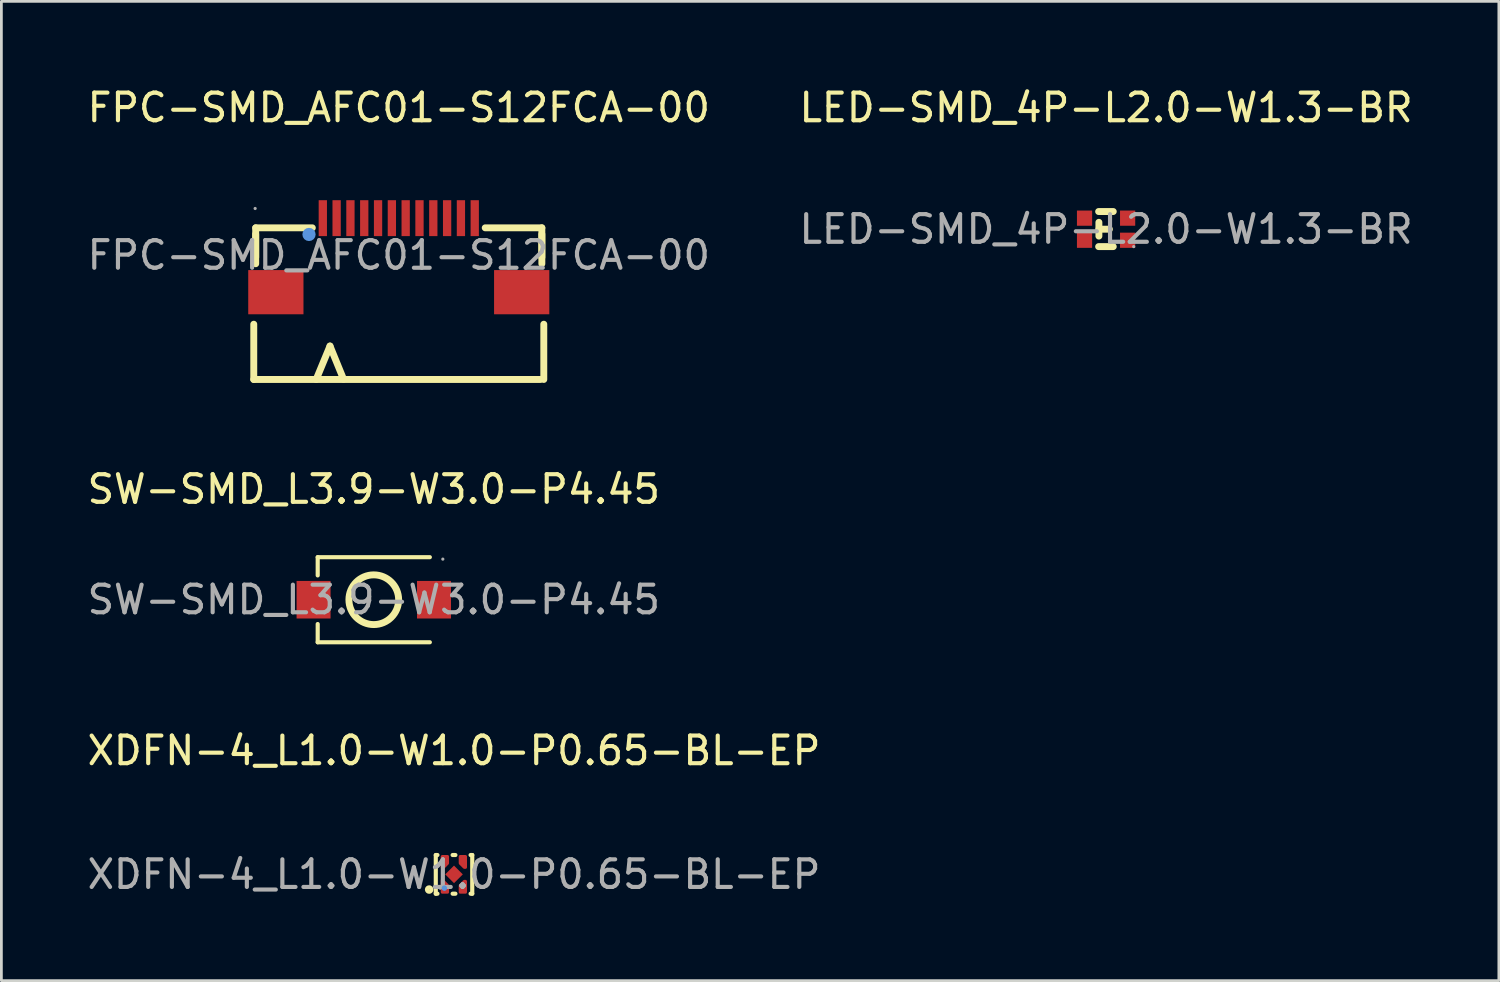
<source format=kicad_pcb>
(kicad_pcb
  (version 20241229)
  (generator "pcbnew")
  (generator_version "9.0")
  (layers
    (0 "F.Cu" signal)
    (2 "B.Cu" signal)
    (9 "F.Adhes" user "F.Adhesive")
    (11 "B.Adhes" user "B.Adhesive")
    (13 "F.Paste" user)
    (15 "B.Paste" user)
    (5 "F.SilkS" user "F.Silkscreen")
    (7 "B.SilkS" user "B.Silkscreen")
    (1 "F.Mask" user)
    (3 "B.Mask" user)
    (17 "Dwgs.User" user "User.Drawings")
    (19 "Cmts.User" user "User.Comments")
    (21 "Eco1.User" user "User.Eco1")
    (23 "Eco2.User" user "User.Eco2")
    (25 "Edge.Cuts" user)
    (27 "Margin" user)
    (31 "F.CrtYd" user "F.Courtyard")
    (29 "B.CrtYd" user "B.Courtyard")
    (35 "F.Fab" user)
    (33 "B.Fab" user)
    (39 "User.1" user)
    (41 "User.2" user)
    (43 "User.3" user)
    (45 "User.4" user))
  (footprint "SW-SMD_L3.9-W3.0-P4.45"
    (layer "F.Cu")
    (at 10.482 18.662)
    (property "Reference" "SW-SMD_L3.9-W3.0-P4.45" (at 0 -4 0) (layer "F.SilkS") (effects (font (size 1 1) (thickness 0.15))))
    (attr smd)
    (fp_line (start -2.03 -1.54) (end -2.03 -0.88) (stroke (width 0.15) (type solid)) (layer "F.SilkS"))
    (fp_line (start -2.03 1.54) (end -2.03 0.88) (stroke (width 0.15) (type solid)) (layer "F.SilkS"))
    (fp_line (start 2.03 -1.54) (end -2.03 -1.54) (stroke (width 0.15) (type solid)) (layer "F.SilkS"))
    (fp_line (start 2.03 1.54) (end -2.03 1.54) (stroke (width 0.15) (type solid)) (layer "F.SilkS"))
    (fp_circle (center 0 0) (end 0.9 0) (stroke (width 0.25) (type solid)) (fill no) (layer "F.SilkS"))
    (fp_circle (center 2.5 -1.47) (end 2.53 -1.47) (stroke (width 0.06) (type solid)) (fill no) (layer "F.Fab"))
    (fp_text user "${REFERENCE}" (at 0 0 0) (layer "F.Fab") (effects (font (size 1 1) (thickness 0.15))))
    (pad "1" smd rect (at -2.18 0) (size 1.23 1.36) (layers "F.Cu" "F.Mask" "F.Paste"))
    (pad "2" smd rect (at 2.18 0) (size 1.23 1.36) (layers "F.Cu" "F.Mask" "F.Paste")))
  (footprint "FPC-SMD_AFC01-S12FCA-00"
    (layer "F.Cu")
    (at 11.387 6.188)
    (property "Reference" "FPC-SMD_AFC01-S12FCA-00" (at 0 -5.34 0) (layer "F.SilkS") (effects (font (size 1 1) (thickness 0.15))))
    (attr smd)
    (fp_line (start -5.25 2.5) (end -5.25 4.5) (stroke (width 0.25) (type solid)) (layer "F.SilkS"))
    (fp_line (start -5.25 4.5) (end 5.13 4.5) (stroke (width 0.25) (type solid)) (layer "F.SilkS"))
    (fp_line (start -5.18 -0.99) (end -5.18 0.08) (stroke (width 0.25) (type solid)) (layer "F.SilkS"))
    (fp_line (start -5.18 -0.99) (end -3.13 -0.99) (stroke (width 0.25) (type solid)) (layer "F.SilkS"))
    (fp_line (start -5.18 -0.76) (end -5.18 0.31) (stroke (width 0.25) (type solid)) (layer "F.SilkS"))
    (fp_line (start -2.49 3.29) (end -2.99 4.5) (stroke (width 0.25) (type solid)) (layer "F.SilkS"))
    (fp_line (start -2 4.49) (end -2.49 3.29) (stroke (width 0.25) (type solid)) (layer "F.SilkS"))
    (fp_line (start 3.13 -0.99) (end 5.18 -0.99) (stroke (width 0.25) (type solid)) (layer "F.SilkS"))
    (fp_line (start 5.18 -0.99) (end 5.18 0.08) (stroke (width 0.25) (type solid)) (layer "F.SilkS"))
    (fp_line (start 5.18 -0.76) (end 5.18 0.31) (stroke (width 0.25) (type solid)) (layer "F.SilkS"))
    (fp_line (start 5.25 2.5) (end 5.25 4.5) (stroke (width 0.25) (type solid)) (layer "F.SilkS"))
    (fp_circle (center -3.25 -0.75) (end -3.13 -0.75) (stroke (width 0.24) (type solid)) (fill no) (layer "Cmts.User"))
    (fp_circle (center -5.2 -1.69) (end -5.17 -1.69) (stroke (width 0.06) (type solid)) (fill no) (layer "F.Fab"))
    (fp_text user "${REFERENCE}" (at 0 0 0) (layer "F.Fab") (effects (font (size 1 1) (thickness 0.15))))
    (pad "1" smd rect (at -2.75 -1.34) (size 0.3 1.3) (layers "F.Cu" "F.Mask" "F.Paste"))
    (pad "2" smd rect (at -2.25 -1.34) (size 0.3 1.3) (layers "F.Cu" "F.Mask" "F.Paste"))
    (pad "3" smd rect (at -1.75 -1.34) (size 0.3 1.3) (layers "F.Cu" "F.Mask" "F.Paste"))
    (pad "4" smd rect (at -1.25 -1.34) (size 0.3 1.3) (layers "F.Cu" "F.Mask" "F.Paste"))
    (pad "5" smd rect (at -0.75 -1.34) (size 0.3 1.3) (layers "F.Cu" "F.Mask" "F.Paste"))
    (pad "6" smd rect (at -0.25 -1.34) (size 0.3 1.3) (layers "F.Cu" "F.Mask" "F.Paste"))
    (pad "7" smd rect (at 0.25 -1.34) (size 0.3 1.3) (layers "F.Cu" "F.Mask" "F.Paste"))
    (pad "8" smd rect (at 0.75 -1.34) (size 0.3 1.3) (layers "F.Cu" "F.Mask" "F.Paste"))
    (pad "9" smd rect (at 1.25 -1.34) (size 0.3 1.3) (layers "F.Cu" "F.Mask" "F.Paste"))
    (pad "10" smd rect (at 1.75 -1.34) (size 0.3 1.3) (layers "F.Cu" "F.Mask" "F.Paste"))
    (pad "11" smd rect (at 2.25 -1.34) (size 0.3 1.3) (layers "F.Cu" "F.Mask" "F.Paste"))
    (pad "12" smd rect (at 2.75 -1.34) (size 0.3 1.3) (layers "F.Cu" "F.Mask" "F.Paste"))
    (pad "13" smd rect (at -4.45 1.34) (size 2 1.6) (layers "F.Cu" "F.Mask" "F.Paste"))
    (pad "14" smd rect (at 4.45 1.34 180) (size 2 1.6) (layers "F.Cu" "F.Mask" "F.Paste")))
  (footprint "LED-SMD_4P-L2.0-W1.3-BR"
    (layer "F.Cu")
    (at 36.994 5.248)
    (property "Reference" "LED-SMD_4P-L2.0-W1.3-BR" (at 0 -4.4 0) (layer "F.SilkS") (effects (font (size 1 1) (thickness 0.15))))
    (attr smd)
    (fp_line (start -0.26 0) (end 0.12 0) (stroke (width 0.25) (type solid)) (layer "F.SilkS"))
    (fp_line (start -0.26 0.25) (end -0.26 -0.25) (stroke (width 0.25) (type solid)) (layer "F.SilkS"))
    (fp_line (start 0.26 -0.64) (end -0.27 -0.64) (stroke (width 0.25) (type solid)) (layer "F.SilkS"))
    (fp_line (start 0.26 0.63) (end -0.27 0.63) (stroke (width 0.25) (type solid)) (layer "F.SilkS"))
    (fp_circle (center 1 0.63) (end 1.03 0.63) (stroke (width 0.06) (type solid)) (fill no) (layer "F.Fab"))
    (fp_text user "${REFERENCE}" (at 0 0 0) (layer "F.Fab") (effects (font (size 1 1) (thickness 0.15))))
    (pad "1" smd rect (at 0.78 0.4 180) (size 0.55 0.55) (layers "F.Cu" "F.Mask" "F.Paste"))
    (pad "2" smd rect (at -0.78 0.4 180) (size 0.55 0.55) (layers "F.Cu" "F.Mask" "F.Paste"))
    (pad "3" smd rect (at 0.78 -0.4 180) (size 0.55 0.55) (layers "F.Cu" "F.Mask" "F.Paste"))
    (pad "4" smd rect (at -0.78 -0.4 180) (size 0.55 0.55) (layers "F.Cu" "F.Mask" "F.Paste")))
  (footprint "XDFN-4_L1.0-W1.0-P0.65-BL-EP"
    (layer "F.Cu")
    (at 13.387 28.605)
    (property "Reference" "XDFN-4_L1.0-W1.0-P0.65-BL-EP" (at 0 -4.48 0) (layer "F.SilkS") (effects (font (size 1 1) (thickness 0.15))))
    (attr smd)
    (fp_line (start -0.66 -0.7) (end -0.66 0.7) (stroke (width 0.15) (type solid)) (layer "F.SilkS"))
    (fp_line (start -0.66 -0.7) (end -0.6 -0.7) (stroke (width 0.15) (type solid)) (layer "F.SilkS"))
    (fp_line (start -0.66 0.7) (end -0.6 0.7) (stroke (width 0.15) (type solid)) (layer "F.SilkS"))
    (fp_line (start -0.05 -0.7) (end 0.05 -0.7) (stroke (width 0.15) (type solid)) (layer "F.SilkS"))
    (fp_line (start -0.05 0.7) (end 0.05 0.7) (stroke (width 0.15) (type solid)) (layer "F.SilkS"))
    (fp_line (start 0.6 -0.7) (end 0.66 -0.7) (stroke (width 0.15) (type solid)) (layer "F.SilkS"))
    (fp_line (start 0.6 0.7) (end 0.66 0.7) (stroke (width 0.15) (type solid)) (layer "F.SilkS"))
    (fp_line (start 0.66 -0.7) (end 0.66 0.7) (stroke (width 0.15) (type solid)) (layer "F.SilkS"))
    (fp_circle (center -0.9 0.55) (end -0.82 0.55) (stroke (width 0.15) (type solid)) (fill no) (layer "F.SilkS"))
    (fp_circle (center -0.35 0.5) (end -0.3 0.5) (stroke (width 0.1) (type solid)) (fill no) (layer "Cmts.User"))
    (fp_circle (center -0.5 0.5) (end -0.47 0.5) (stroke (width 0.06) (type solid)) (fill no) (layer "F.Fab"))
    (fp_text user "${REFERENCE}" (at 0 0 0) (layer "F.Fab") (effects (font (size 1 1) (thickness 0.15))))
    (pad "1" smd custom (at -0.33 0.48) (size 0.01 0.01) (layers "F.Cu" "F.Mask" "F.Paste") (options (anchor circle)) (primitives (gr_poly (pts (xy 0.1 -0.08) (xy 0.1 0.17) (xy -0.1 0.17) (xy -0.1 -0.28) (xy -0.05 -0.23) (xy 0.1 -0.08)) (width 0.1) (fill yes))))
    (pad "2" smd custom (at 0.33 0.48) (size 0.01 0.01) (layers "F.Cu" "F.Mask" "F.Paste") (options (anchor circle)) (primitives (gr_poly (pts (xy 0.09 0.17) (xy -0.11 0.17) (xy -0.11 -0.08) (xy 0.04 -0.23) (xy 0.09 -0.23)) (width 0.1) (fill yes))))
    (pad "3" smd custom (at 0.33 -0.47) (size 0.01 0.01) (layers "F.Cu" "F.Mask" "F.Paste") (options (anchor circle)) (primitives (gr_poly (pts (xy 0.09 -0.18) (xy -0.11 -0.18) (xy -0.11 0.07) (xy 0.04 0.22) (xy 0.09 0.22)) (width 0.1) (fill yes))))
    (pad "4" smd custom (at -0.33 -0.48) (size 0.01 0.01) (layers "F.Cu" "F.Mask" "F.Paste") (options (anchor circle)) (primitives (gr_poly (pts (xy -0.1 -0.17) (xy 0.1 -0.17) (xy 0.1 0.08) (xy -0.05 0.23) (xy -0.1 0.23)) (width 0.1) (fill yes))))
    (pad "5" smd rect (at 0 0 45) (size 0.45 0.45) (layers "F.Cu" "F.Mask" "F.Paste")))
  (gr_rect
    (start -3 -3)
    (end 51.214 32.453)
    (stroke (width 0.1) (type default))
    (fill no)
    (layer "Edge.Cuts")))
</source>
